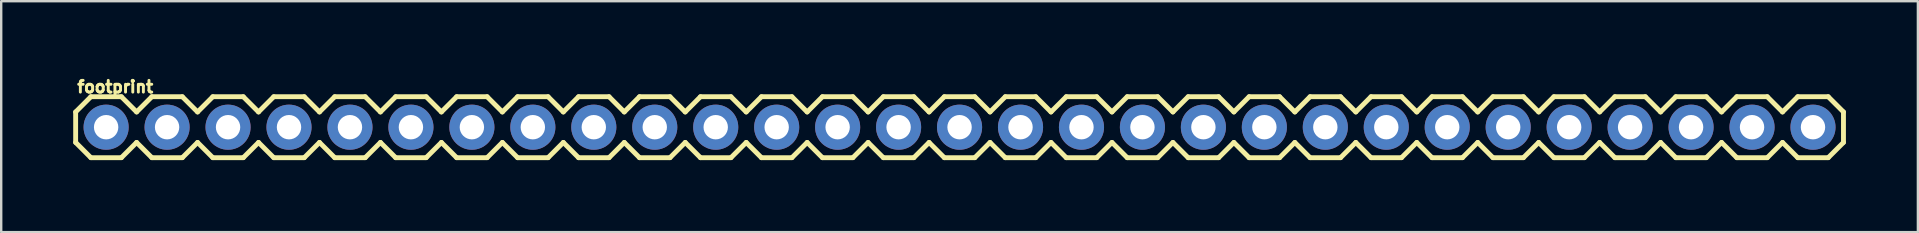
<source format=kicad_pcb>
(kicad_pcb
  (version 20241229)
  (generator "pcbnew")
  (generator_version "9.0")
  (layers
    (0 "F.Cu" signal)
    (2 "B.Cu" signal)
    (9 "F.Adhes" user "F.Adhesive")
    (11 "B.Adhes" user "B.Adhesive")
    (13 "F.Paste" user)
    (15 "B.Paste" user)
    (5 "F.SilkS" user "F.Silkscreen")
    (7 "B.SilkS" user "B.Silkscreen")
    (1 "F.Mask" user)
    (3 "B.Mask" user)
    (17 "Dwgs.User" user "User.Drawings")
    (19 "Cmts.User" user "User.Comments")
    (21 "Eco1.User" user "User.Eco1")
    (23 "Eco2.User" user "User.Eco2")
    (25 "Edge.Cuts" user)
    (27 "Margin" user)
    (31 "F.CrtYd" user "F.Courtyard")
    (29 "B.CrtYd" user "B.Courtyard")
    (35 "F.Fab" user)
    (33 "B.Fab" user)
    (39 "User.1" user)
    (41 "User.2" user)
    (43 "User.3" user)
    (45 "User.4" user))
  (footprint "footprint"
    (layer "F.Cu")
    (at 1.372 2.25)
    (property "Reference" "footprint" (at -1.27 -1.397 0) (layer "F.SilkS") (effects (font (size 0.488 0.488) (thickness 0.122)) (justify left bottom)))
    (fp_line (start -1.27 -0.635) (end -1.27 0.635) (stroke (width 0.203) (type solid)) (layer "F.SilkS"))
    (fp_line (start -1.27 0.635) (end -0.635 1.27) (stroke (width 0.203) (type solid)) (layer "F.SilkS"))
    (fp_line (start -0.635 -1.27) (end -1.27 -0.635) (stroke (width 0.203) (type solid)) (layer "F.SilkS"))
    (fp_line (start -0.635 -1.27) (end 0.635 -1.27) (stroke (width 0.203) (type solid)) (layer "F.SilkS"))
    (fp_line (start 0.635 -1.27) (end 1.27 -0.635) (stroke (width 0.203) (type solid)) (layer "F.SilkS"))
    (fp_line (start 0.635 1.27) (end -0.635 1.27) (stroke (width 0.203) (type solid)) (layer "F.SilkS"))
    (fp_line (start 1.27 -0.635) (end 1.905 -1.27) (stroke (width 0.203) (type solid)) (layer "F.SilkS"))
    (fp_line (start 1.27 0.635) (end 0.635 1.27) (stroke (width 0.203) (type solid)) (layer "F.SilkS"))
    (fp_line (start 1.905 -1.27) (end 3.175 -1.27) (stroke (width 0.203) (type solid)) (layer "F.SilkS"))
    (fp_line (start 1.905 1.27) (end 1.27 0.635) (stroke (width 0.203) (type solid)) (layer "F.SilkS"))
    (fp_line (start 3.175 -1.27) (end 3.81 -0.635) (stroke (width 0.203) (type solid)) (layer "F.SilkS"))
    (fp_line (start 3.175 1.27) (end 1.905 1.27) (stroke (width 0.203) (type solid)) (layer "F.SilkS"))
    (fp_line (start 3.81 -0.635) (end 4.445 -1.27) (stroke (width 0.203) (type solid)) (layer "F.SilkS"))
    (fp_line (start 3.81 0.635) (end 3.175 1.27) (stroke (width 0.203) (type solid)) (layer "F.SilkS"))
    (fp_line (start 4.445 -1.27) (end 5.715 -1.27) (stroke (width 0.203) (type solid)) (layer "F.SilkS"))
    (fp_line (start 4.445 1.27) (end 3.81 0.635) (stroke (width 0.203) (type solid)) (layer "F.SilkS"))
    (fp_line (start 5.715 -1.27) (end 6.35 -0.635) (stroke (width 0.203) (type solid)) (layer "F.SilkS"))
    (fp_line (start 5.715 1.27) (end 4.445 1.27) (stroke (width 0.203) (type solid)) (layer "F.SilkS"))
    (fp_line (start 6.35 0.635) (end 5.715 1.27) (stroke (width 0.203) (type solid)) (layer "F.SilkS"))
    (fp_line (start 6.35 0.635) (end 6.985 1.27) (stroke (width 0.203) (type solid)) (layer "F.SilkS"))
    (fp_line (start 6.985 -1.27) (end 6.35 -0.635) (stroke (width 0.203) (type solid)) (layer "F.SilkS"))
    (fp_line (start 6.985 -1.27) (end 8.255 -1.27) (stroke (width 0.203) (type solid)) (layer "F.SilkS"))
    (fp_line (start 8.255 -1.27) (end 8.89 -0.635) (stroke (width 0.203) (type solid)) (layer "F.SilkS"))
    (fp_line (start 8.255 1.27) (end 6.985 1.27) (stroke (width 0.203) (type solid)) (layer "F.SilkS"))
    (fp_line (start 8.89 -0.635) (end 9.525 -1.27) (stroke (width 0.203) (type solid)) (layer "F.SilkS"))
    (fp_line (start 8.89 0.635) (end 8.255 1.27) (stroke (width 0.203) (type solid)) (layer "F.SilkS"))
    (fp_line (start 9.525 -1.27) (end 10.795 -1.27) (stroke (width 0.203) (type solid)) (layer "F.SilkS"))
    (fp_line (start 9.525 1.27) (end 8.89 0.635) (stroke (width 0.203) (type solid)) (layer "F.SilkS"))
    (fp_line (start 10.795 -1.27) (end 11.43 -0.635) (stroke (width 0.203) (type solid)) (layer "F.SilkS"))
    (fp_line (start 10.795 1.27) (end 9.525 1.27) (stroke (width 0.203) (type solid)) (layer "F.SilkS"))
    (fp_line (start 11.43 -0.635) (end 12.065 -1.27) (stroke (width 0.203) (type solid)) (layer "F.SilkS"))
    (fp_line (start 11.43 0.635) (end 10.795 1.27) (stroke (width 0.203) (type solid)) (layer "F.SilkS"))
    (fp_line (start 12.065 -1.27) (end 13.335 -1.27) (stroke (width 0.203) (type solid)) (layer "F.SilkS"))
    (fp_line (start 12.065 1.27) (end 11.43 0.635) (stroke (width 0.203) (type solid)) (layer "F.SilkS"))
    (fp_line (start 13.335 -1.27) (end 13.97 -0.635) (stroke (width 0.203) (type solid)) (layer "F.SilkS"))
    (fp_line (start 13.335 1.27) (end 12.065 1.27) (stroke (width 0.203) (type solid)) (layer "F.SilkS"))
    (fp_line (start 13.97 0.635) (end 13.335 1.27) (stroke (width 0.203) (type solid)) (layer "F.SilkS"))
    (fp_line (start 13.97 0.635) (end 14.605 1.27) (stroke (width 0.203) (type solid)) (layer "F.SilkS"))
    (fp_line (start 14.605 -1.27) (end 13.97 -0.635) (stroke (width 0.203) (type solid)) (layer "F.SilkS"))
    (fp_line (start 14.605 -1.27) (end 15.875 -1.27) (stroke (width 0.203) (type solid)) (layer "F.SilkS"))
    (fp_line (start 15.875 -1.27) (end 16.51 -0.635) (stroke (width 0.203) (type solid)) (layer "F.SilkS"))
    (fp_line (start 15.875 1.27) (end 14.605 1.27) (stroke (width 0.203) (type solid)) (layer "F.SilkS"))
    (fp_line (start 16.51 0.635) (end 15.875 1.27) (stroke (width 0.203) (type solid)) (layer "F.SilkS"))
    (fp_line (start 16.51 0.635) (end 17.145 1.27) (stroke (width 0.203) (type solid)) (layer "F.SilkS"))
    (fp_line (start 17.145 -1.27) (end 16.51 -0.635) (stroke (width 0.203) (type solid)) (layer "F.SilkS"))
    (fp_line (start 17.145 -1.27) (end 18.415 -1.27) (stroke (width 0.203) (type solid)) (layer "F.SilkS"))
    (fp_line (start 18.415 -1.27) (end 19.05 -0.635) (stroke (width 0.203) (type solid)) (layer "F.SilkS"))
    (fp_line (start 18.415 1.27) (end 17.145 1.27) (stroke (width 0.203) (type solid)) (layer "F.SilkS"))
    (fp_line (start 19.05 -0.635) (end 19.685 -1.27) (stroke (width 0.203) (type solid)) (layer "F.SilkS"))
    (fp_line (start 19.05 0.635) (end 18.415 1.27) (stroke (width 0.203) (type solid)) (layer "F.SilkS"))
    (fp_line (start 19.685 -1.27) (end 20.955 -1.27) (stroke (width 0.203) (type solid)) (layer "F.SilkS"))
    (fp_line (start 19.685 1.27) (end 19.05 0.635) (stroke (width 0.203) (type solid)) (layer "F.SilkS"))
    (fp_line (start 20.955 -1.27) (end 21.59 -0.635) (stroke (width 0.203) (type solid)) (layer "F.SilkS"))
    (fp_line (start 20.955 1.27) (end 19.685 1.27) (stroke (width 0.203) (type solid)) (layer "F.SilkS"))
    (fp_line (start 21.59 -0.635) (end 22.225 -1.27) (stroke (width 0.203) (type solid)) (layer "F.SilkS"))
    (fp_line (start 21.59 0.635) (end 20.955 1.27) (stroke (width 0.203) (type solid)) (layer "F.SilkS"))
    (fp_line (start 22.225 -1.27) (end 23.495 -1.27) (stroke (width 0.203) (type solid)) (layer "F.SilkS"))
    (fp_line (start 22.225 1.27) (end 21.59 0.635) (stroke (width 0.203) (type solid)) (layer "F.SilkS"))
    (fp_line (start 23.495 -1.27) (end 24.13 -0.635) (stroke (width 0.203) (type solid)) (layer "F.SilkS"))
    (fp_line (start 23.495 1.27) (end 22.225 1.27) (stroke (width 0.203) (type solid)) (layer "F.SilkS"))
    (fp_line (start 24.13 0.635) (end 23.495 1.27) (stroke (width 0.203) (type solid)) (layer "F.SilkS"))
    (fp_line (start 24.13 0.635) (end 24.765 1.27) (stroke (width 0.203) (type solid)) (layer "F.SilkS"))
    (fp_line (start 24.765 -1.27) (end 24.13 -0.635) (stroke (width 0.203) (type solid)) (layer "F.SilkS"))
    (fp_line (start 24.765 -1.27) (end 26.035 -1.27) (stroke (width 0.203) (type solid)) (layer "F.SilkS"))
    (fp_line (start 26.035 -1.27) (end 26.67 -0.635) (stroke (width 0.203) (type solid)) (layer "F.SilkS"))
    (fp_line (start 26.035 1.27) (end 24.765 1.27) (stroke (width 0.203) (type solid)) (layer "F.SilkS"))
    (fp_line (start 26.67 -0.635) (end 27.305 -1.27) (stroke (width 0.203) (type solid)) (layer "F.SilkS"))
    (fp_line (start 26.67 0.635) (end 26.035 1.27) (stroke (width 0.203) (type solid)) (layer "F.SilkS"))
    (fp_line (start 27.305 -1.27) (end 28.575 -1.27) (stroke (width 0.203) (type solid)) (layer "F.SilkS"))
    (fp_line (start 27.305 1.27) (end 26.67 0.635) (stroke (width 0.203) (type solid)) (layer "F.SilkS"))
    (fp_line (start 28.575 -1.27) (end 29.21 -0.635) (stroke (width 0.203) (type solid)) (layer "F.SilkS"))
    (fp_line (start 28.575 1.27) (end 27.305 1.27) (stroke (width 0.203) (type solid)) (layer "F.SilkS"))
    (fp_line (start 29.21 -0.635) (end 29.845 -1.27) (stroke (width 0.203) (type solid)) (layer "F.SilkS"))
    (fp_line (start 29.21 0.635) (end 28.575 1.27) (stroke (width 0.203) (type solid)) (layer "F.SilkS"))
    (fp_line (start 29.845 -1.27) (end 31.115 -1.27) (stroke (width 0.203) (type solid)) (layer "F.SilkS"))
    (fp_line (start 29.845 1.27) (end 29.21 0.635) (stroke (width 0.203) (type solid)) (layer "F.SilkS"))
    (fp_line (start 31.115 -1.27) (end 31.75 -0.635) (stroke (width 0.203) (type solid)) (layer "F.SilkS"))
    (fp_line (start 31.115 1.27) (end 29.845 1.27) (stroke (width 0.203) (type solid)) (layer "F.SilkS"))
    (fp_line (start 31.75 0.635) (end 31.115 1.27) (stroke (width 0.203) (type solid)) (layer "F.SilkS"))
    (fp_line (start 31.75 0.635) (end 32.385 1.27) (stroke (width 0.203) (type solid)) (layer "F.SilkS"))
    (fp_line (start 32.385 -1.27) (end 31.75 -0.635) (stroke (width 0.203) (type solid)) (layer "F.SilkS"))
    (fp_line (start 32.385 -1.27) (end 33.655 -1.27) (stroke (width 0.203) (type solid)) (layer "F.SilkS"))
    (fp_line (start 33.655 -1.27) (end 34.29 -0.635) (stroke (width 0.203) (type solid)) (layer "F.SilkS"))
    (fp_line (start 33.655 1.27) (end 32.385 1.27) (stroke (width 0.203) (type solid)) (layer "F.SilkS"))
    (fp_line (start 34.29 0.635) (end 33.655 1.27) (stroke (width 0.203) (type solid)) (layer "F.SilkS"))
    (fp_line (start 34.29 0.635) (end 34.925 1.27) (stroke (width 0.203) (type solid)) (layer "F.SilkS"))
    (fp_line (start 34.925 -1.27) (end 34.29 -0.635) (stroke (width 0.203) (type solid)) (layer "F.SilkS"))
    (fp_line (start 34.925 -1.27) (end 36.195 -1.27) (stroke (width 0.203) (type solid)) (layer "F.SilkS"))
    (fp_line (start 36.195 -1.27) (end 36.83 -0.635) (stroke (width 0.203) (type solid)) (layer "F.SilkS"))
    (fp_line (start 36.195 1.27) (end 34.925 1.27) (stroke (width 0.203) (type solid)) (layer "F.SilkS"))
    (fp_line (start 36.83 0.635) (end 36.195 1.27) (stroke (width 0.203) (type solid)) (layer "F.SilkS"))
    (fp_line (start 36.83 0.635) (end 37.465 1.27) (stroke (width 0.203) (type solid)) (layer "F.SilkS"))
    (fp_line (start 37.465 -1.27) (end 36.83 -0.635) (stroke (width 0.203) (type solid)) (layer "F.SilkS"))
    (fp_line (start 37.465 -1.27) (end 38.735 -1.27) (stroke (width 0.203) (type solid)) (layer "F.SilkS"))
    (fp_line (start 38.735 -1.27) (end 39.37 -0.635) (stroke (width 0.203) (type solid)) (layer "F.SilkS"))
    (fp_line (start 38.735 1.27) (end 37.465 1.27) (stroke (width 0.203) (type solid)) (layer "F.SilkS"))
    (fp_line (start 39.37 0.635) (end 38.735 1.27) (stroke (width 0.203) (type solid)) (layer "F.SilkS"))
    (fp_line (start 39.37 0.635) (end 40.005 1.27) (stroke (width 0.203) (type solid)) (layer "F.SilkS"))
    (fp_line (start 40.005 -1.27) (end 39.37 -0.635) (stroke (width 0.203) (type solid)) (layer "F.SilkS"))
    (fp_line (start 40.005 -1.27) (end 41.275 -1.27) (stroke (width 0.203) (type solid)) (layer "F.SilkS"))
    (fp_line (start 41.275 -1.27) (end 41.91 -0.635) (stroke (width 0.203) (type solid)) (layer "F.SilkS"))
    (fp_line (start 41.275 1.27) (end 40.005 1.27) (stroke (width 0.203) (type solid)) (layer "F.SilkS"))
    (fp_line (start 41.91 0.635) (end 41.275 1.27) (stroke (width 0.203) (type solid)) (layer "F.SilkS"))
    (fp_line (start 41.91 0.635) (end 42.545 1.27) (stroke (width 0.203) (type solid)) (layer "F.SilkS"))
    (fp_line (start 42.545 -1.27) (end 41.91 -0.635) (stroke (width 0.203) (type solid)) (layer "F.SilkS"))
    (fp_line (start 42.545 -1.27) (end 43.815 -1.27) (stroke (width 0.203) (type solid)) (layer "F.SilkS"))
    (fp_line (start 43.815 -1.27) (end 44.45 -0.635) (stroke (width 0.203) (type solid)) (layer "F.SilkS"))
    (fp_line (start 43.815 1.27) (end 42.545 1.27) (stroke (width 0.203) (type solid)) (layer "F.SilkS"))
    (fp_line (start 44.45 0.635) (end 43.815 1.27) (stroke (width 0.203) (type solid)) (layer "F.SilkS"))
    (fp_line (start 44.45 0.635) (end 45.085 1.27) (stroke (width 0.203) (type solid)) (layer "F.SilkS"))
    (fp_line (start 45.085 -1.27) (end 44.45 -0.635) (stroke (width 0.203) (type solid)) (layer "F.SilkS"))
    (fp_line (start 45.085 -1.27) (end 46.355 -1.27) (stroke (width 0.203) (type solid)) (layer "F.SilkS"))
    (fp_line (start 46.355 -1.27) (end 46.99 -0.635) (stroke (width 0.203) (type solid)) (layer "F.SilkS"))
    (fp_line (start 46.355 1.27) (end 45.085 1.27) (stroke (width 0.203) (type solid)) (layer "F.SilkS"))
    (fp_line (start 46.99 0.635) (end 46.355 1.27) (stroke (width 0.203) (type solid)) (layer "F.SilkS"))
    (fp_line (start 46.99 0.635) (end 47.625 1.27) (stroke (width 0.203) (type solid)) (layer "F.SilkS"))
    (fp_line (start 47.625 -1.27) (end 46.99 -0.635) (stroke (width 0.203) (type solid)) (layer "F.SilkS"))
    (fp_line (start 47.625 -1.27) (end 48.895 -1.27) (stroke (width 0.203) (type solid)) (layer "F.SilkS"))
    (fp_line (start 48.895 -1.27) (end 49.53 -0.635) (stroke (width 0.203) (type solid)) (layer "F.SilkS"))
    (fp_line (start 48.895 1.27) (end 47.625 1.27) (stroke (width 0.203) (type solid)) (layer "F.SilkS"))
    (fp_line (start 49.53 0.635) (end 48.895 1.27) (stroke (width 0.203) (type solid)) (layer "F.SilkS"))
    (fp_line (start 49.53 0.635) (end 50.165 1.27) (stroke (width 0.203) (type solid)) (layer "F.SilkS"))
    (fp_line (start 50.165 -1.27) (end 49.53 -0.635) (stroke (width 0.203) (type solid)) (layer "F.SilkS"))
    (fp_line (start 50.165 -1.27) (end 51.435 -1.27) (stroke (width 0.203) (type solid)) (layer "F.SilkS"))
    (fp_line (start 51.435 -1.27) (end 52.07 -0.635) (stroke (width 0.203) (type solid)) (layer "F.SilkS"))
    (fp_line (start 51.435 1.27) (end 50.165 1.27) (stroke (width 0.203) (type solid)) (layer "F.SilkS"))
    (fp_line (start 52.07 0.635) (end 51.435 1.27) (stroke (width 0.203) (type solid)) (layer "F.SilkS"))
    (fp_line (start 52.07 0.635) (end 52.705 1.27) (stroke (width 0.203) (type solid)) (layer "F.SilkS"))
    (fp_line (start 52.705 -1.27) (end 52.07 -0.635) (stroke (width 0.203) (type solid)) (layer "F.SilkS"))
    (fp_line (start 52.705 -1.27) (end 53.975 -1.27) (stroke (width 0.203) (type solid)) (layer "F.SilkS"))
    (fp_line (start 53.975 -1.27) (end 54.61 -0.635) (stroke (width 0.203) (type solid)) (layer "F.SilkS"))
    (fp_line (start 53.975 1.27) (end 52.705 1.27) (stroke (width 0.203) (type solid)) (layer "F.SilkS"))
    (fp_line (start 54.61 0.635) (end 53.975 1.27) (stroke (width 0.203) (type solid)) (layer "F.SilkS"))
    (fp_line (start 54.61 0.635) (end 55.245 1.27) (stroke (width 0.203) (type solid)) (layer "F.SilkS"))
    (fp_line (start 55.245 -1.27) (end 54.61 -0.635) (stroke (width 0.203) (type solid)) (layer "F.SilkS"))
    (fp_line (start 55.245 -1.27) (end 56.515 -1.27) (stroke (width 0.203) (type solid)) (layer "F.SilkS"))
    (fp_line (start 56.515 -1.27) (end 57.15 -0.635) (stroke (width 0.203) (type solid)) (layer "F.SilkS"))
    (fp_line (start 56.515 1.27) (end 55.245 1.27) (stroke (width 0.203) (type solid)) (layer "F.SilkS"))
    (fp_line (start 57.15 -0.635) (end 57.785 -1.27) (stroke (width 0.203) (type solid)) (layer "F.SilkS"))
    (fp_line (start 57.15 0.635) (end 56.515 1.27) (stroke (width 0.203) (type solid)) (layer "F.SilkS"))
    (fp_line (start 57.15 0.635) (end 57.785 1.27) (stroke (width 0.203) (type solid)) (layer "F.SilkS"))
    (fp_line (start 57.785 -1.27) (end 59.055 -1.27) (stroke (width 0.203) (type solid)) (layer "F.SilkS"))
    (fp_line (start 59.055 -1.27) (end 59.69 -0.635) (stroke (width 0.203) (type solid)) (layer "F.SilkS"))
    (fp_line (start 59.055 1.27) (end 57.785 1.27) (stroke (width 0.203) (type solid)) (layer "F.SilkS"))
    (fp_line (start 59.69 0.635) (end 59.055 1.27) (stroke (width 0.203) (type solid)) (layer "F.SilkS"))
    (fp_line (start 59.69 0.635) (end 60.325 1.27) (stroke (width 0.203) (type solid)) (layer "F.SilkS"))
    (fp_line (start 60.325 -1.27) (end 59.69 -0.635) (stroke (width 0.203) (type solid)) (layer "F.SilkS"))
    (fp_line (start 60.325 -1.27) (end 61.595 -1.27) (stroke (width 0.203) (type solid)) (layer "F.SilkS"))
    (fp_line (start 61.595 -1.27) (end 62.23 -0.635) (stroke (width 0.203) (type solid)) (layer "F.SilkS"))
    (fp_line (start 61.595 1.27) (end 60.325 1.27) (stroke (width 0.203) (type solid)) (layer "F.SilkS"))
    (fp_line (start 62.23 -0.635) (end 62.865 -1.27) (stroke (width 0.203) (type solid)) (layer "F.SilkS"))
    (fp_line (start 62.23 0.635) (end 61.595 1.27) (stroke (width 0.203) (type solid)) (layer "F.SilkS"))
    (fp_line (start 62.23 0.635) (end 62.865 1.27) (stroke (width 0.203) (type solid)) (layer "F.SilkS"))
    (fp_line (start 62.865 -1.27) (end 64.135 -1.27) (stroke (width 0.203) (type solid)) (layer "F.SilkS"))
    (fp_line (start 64.135 -1.27) (end 64.77 -0.635) (stroke (width 0.203) (type solid)) (layer "F.SilkS"))
    (fp_line (start 64.135 1.27) (end 62.865 1.27) (stroke (width 0.203) (type solid)) (layer "F.SilkS"))
    (fp_line (start 64.77 0.635) (end 64.135 1.27) (stroke (width 0.203) (type solid)) (layer "F.SilkS"))
    (fp_line (start 64.77 0.635) (end 65.405 1.27) (stroke (width 0.203) (type solid)) (layer "F.SilkS"))
    (fp_line (start 65.405 -1.27) (end 64.77 -0.635) (stroke (width 0.203) (type solid)) (layer "F.SilkS"))
    (fp_line (start 65.405 -1.27) (end 66.675 -1.27) (stroke (width 0.203) (type solid)) (layer "F.SilkS"))
    (fp_line (start 66.675 -1.27) (end 67.31 -0.635) (stroke (width 0.203) (type solid)) (layer "F.SilkS"))
    (fp_line (start 66.675 1.27) (end 65.405 1.27) (stroke (width 0.203) (type solid)) (layer "F.SilkS"))
    (fp_line (start 67.31 -0.635) (end 67.945 -1.27) (stroke (width 0.203) (type solid)) (layer "F.SilkS"))
    (fp_line (start 67.31 0.635) (end 66.675 1.27) (stroke (width 0.203) (type solid)) (layer "F.SilkS"))
    (fp_line (start 67.31 0.635) (end 67.945 1.27) (stroke (width 0.203) (type solid)) (layer "F.SilkS"))
    (fp_line (start 67.945 -1.27) (end 69.215 -1.27) (stroke (width 0.203) (type solid)) (layer "F.SilkS"))
    (fp_line (start 69.215 -1.27) (end 69.85 -0.635) (stroke (width 0.203) (type solid)) (layer "F.SilkS"))
    (fp_line (start 69.215 1.27) (end 67.945 1.27) (stroke (width 0.203) (type solid)) (layer "F.SilkS"))
    (fp_line (start 69.85 0.635) (end 69.215 1.27) (stroke (width 0.203) (type solid)) (layer "F.SilkS"))
    (fp_line (start 69.85 0.635) (end 70.485 1.27) (stroke (width 0.203) (type solid)) (layer "F.SilkS"))
    (fp_line (start 70.485 -1.27) (end 69.85 -0.635) (stroke (width 0.203) (type solid)) (layer "F.SilkS"))
    (fp_line (start 70.485 -1.27) (end 71.755 -1.27) (stroke (width 0.203) (type solid)) (layer "F.SilkS"))
    (fp_line (start 71.755 -1.27) (end 72.39 -0.635) (stroke (width 0.203) (type solid)) (layer "F.SilkS"))
    (fp_line (start 71.755 1.27) (end 70.485 1.27) (stroke (width 0.203) (type solid)) (layer "F.SilkS"))
    (fp_line (start 72.39 -0.635) (end 72.39 0.635) (stroke (width 0.203) (type solid)) (layer "F.SilkS"))
    (fp_line (start 72.39 0.635) (end 71.755 1.27) (stroke (width 0.203) (type solid)) (layer "F.SilkS"))
    (fp_poly (pts (xy -0.254 0.254) (xy 0.254 0.254) (xy 0.254 -0.254) (xy -0.254 -0.254)) (stroke (width 0.1) (type solid)) (fill no) (layer "F.Fab"))
    (fp_poly (pts (xy 2.286 0.254) (xy 2.794 0.254) (xy 2.794 -0.254) (xy 2.286 -0.254)) (stroke (width 0.1) (type solid)) (fill no) (layer "F.Fab"))
    (fp_poly (pts (xy 4.826 0.254) (xy 5.334 0.254) (xy 5.334 -0.254) (xy 4.826 -0.254)) (stroke (width 0.1) (type solid)) (fill no) (layer "F.Fab"))
    (fp_poly (pts (xy 7.366 0.254) (xy 7.874 0.254) (xy 7.874 -0.254) (xy 7.366 -0.254)) (stroke (width 0.1) (type solid)) (fill no) (layer "F.Fab"))
    (fp_poly (pts (xy 9.906 0.254) (xy 10.414 0.254) (xy 10.414 -0.254) (xy 9.906 -0.254)) (stroke (width 0.1) (type solid)) (fill no) (layer "F.Fab"))
    (fp_poly (pts (xy 12.446 0.254) (xy 12.954 0.254) (xy 12.954 -0.254) (xy 12.446 -0.254)) (stroke (width 0.1) (type solid)) (fill no) (layer "F.Fab"))
    (fp_poly (pts (xy 14.986 0.254) (xy 15.494 0.254) (xy 15.494 -0.254) (xy 14.986 -0.254)) (stroke (width 0.1) (type solid)) (fill no) (layer "F.Fab"))
    (fp_poly (pts (xy 17.526 0.254) (xy 18.034 0.254) (xy 18.034 -0.254) (xy 17.526 -0.254)) (stroke (width 0.1) (type solid)) (fill no) (layer "F.Fab"))
    (fp_poly (pts (xy 20.066 0.254) (xy 20.574 0.254) (xy 20.574 -0.254) (xy 20.066 -0.254)) (stroke (width 0.1) (type solid)) (fill no) (layer "F.Fab"))
    (fp_poly (pts (xy 22.606 0.254) (xy 23.114 0.254) (xy 23.114 -0.254) (xy 22.606 -0.254)) (stroke (width 0.1) (type solid)) (fill no) (layer "F.Fab"))
    (fp_poly (pts (xy 25.146 0.254) (xy 25.654 0.254) (xy 25.654 -0.254) (xy 25.146 -0.254)) (stroke (width 0.1) (type solid)) (fill no) (layer "F.Fab"))
    (fp_poly (pts (xy 27.686 0.254) (xy 28.194 0.254) (xy 28.194 -0.254) (xy 27.686 -0.254)) (stroke (width 0.1) (type solid)) (fill no) (layer "F.Fab"))
    (fp_poly (pts (xy 30.226 0.254) (xy 30.734 0.254) (xy 30.734 -0.254) (xy 30.226 -0.254)) (stroke (width 0.1) (type solid)) (fill no) (layer "F.Fab"))
    (fp_poly (pts (xy 32.766 0.254) (xy 33.274 0.254) (xy 33.274 -0.254) (xy 32.766 -0.254)) (stroke (width 0.1) (type solid)) (fill no) (layer "F.Fab"))
    (fp_poly (pts (xy 35.306 0.254) (xy 35.814 0.254) (xy 35.814 -0.254) (xy 35.306 -0.254)) (stroke (width 0.1) (type solid)) (fill no) (layer "F.Fab"))
    (fp_poly (pts (xy 37.846 0.254) (xy 38.354 0.254) (xy 38.354 -0.254) (xy 37.846 -0.254)) (stroke (width 0.1) (type solid)) (fill no) (layer "F.Fab"))
    (fp_poly (pts (xy 40.386 0.254) (xy 40.894 0.254) (xy 40.894 -0.254) (xy 40.386 -0.254)) (stroke (width 0.1) (type solid)) (fill no) (layer "F.Fab"))
    (fp_poly (pts (xy 42.926 0.254) (xy 43.434 0.254) (xy 43.434 -0.254) (xy 42.926 -0.254)) (stroke (width 0.1) (type solid)) (fill no) (layer "F.Fab"))
    (fp_poly (pts (xy 45.466 0.254) (xy 45.974 0.254) (xy 45.974 -0.254) (xy 45.466 -0.254)) (stroke (width 0.1) (type solid)) (fill no) (layer "F.Fab"))
    (fp_poly (pts (xy 48.006 0.254) (xy 48.514 0.254) (xy 48.514 -0.254) (xy 48.006 -0.254)) (stroke (width 0.1) (type solid)) (fill no) (layer "F.Fab"))
    (fp_poly (pts (xy 50.546 0.254) (xy 51.054 0.254) (xy 51.054 -0.254) (xy 50.546 -0.254)) (stroke (width 0.1) (type solid)) (fill no) (layer "F.Fab"))
    (fp_poly (pts (xy 53.086 0.254) (xy 53.594 0.254) (xy 53.594 -0.254) (xy 53.086 -0.254)) (stroke (width 0.1) (type solid)) (fill no) (layer "F.Fab"))
    (fp_poly (pts (xy 55.626 0.254) (xy 56.134 0.254) (xy 56.134 -0.254) (xy 55.626 -0.254)) (stroke (width 0.1) (type solid)) (fill no) (layer "F.Fab"))
    (fp_poly (pts (xy 58.166 0.254) (xy 58.674 0.254) (xy 58.674 -0.254) (xy 58.166 -0.254)) (stroke (width 0.1) (type solid)) (fill no) (layer "F.Fab"))
    (fp_poly (pts (xy 60.706 0.254) (xy 61.214 0.254) (xy 61.214 -0.254) (xy 60.706 -0.254)) (stroke (width 0.1) (type solid)) (fill no) (layer "F.Fab"))
    (fp_poly (pts (xy 63.246 0.254) (xy 63.754 0.254) (xy 63.754 -0.254) (xy 63.246 -0.254)) (stroke (width 0.1) (type solid)) (fill no) (layer "F.Fab"))
    (fp_poly (pts (xy 65.786 0.254) (xy 66.294 0.254) (xy 66.294 -0.254) (xy 65.786 -0.254)) (stroke (width 0.1) (type solid)) (fill no) (layer "F.Fab"))
    (fp_poly (pts (xy 68.326 0.254) (xy 68.834 0.254) (xy 68.834 -0.254) (xy 68.326 -0.254)) (stroke (width 0.1) (type solid)) (fill no) (layer "F.Fab"))
    (fp_poly (pts (xy 70.866 0.254) (xy 71.374 0.254) (xy 71.374 -0.254) (xy 70.866 -0.254)) (stroke (width 0.1) (type solid)) (fill no) (layer "F.Fab"))
    (pad "1" thru_hole circle (at 0 0 90) (size 1.88 1.88) (drill 1.016) (layers "*.Cu" "*.Mask"))
    (pad "2" thru_hole circle (at 2.54 0 90) (size 1.88 1.88) (drill 1.016) (layers "*.Cu" "*.Mask"))
    (pad "3" thru_hole circle (at 5.08 0 90) (size 1.88 1.88) (drill 1.016) (layers "*.Cu" "*.Mask"))
    (pad "4" thru_hole circle (at 7.62 0 90) (size 1.88 1.88) (drill 1.016) (layers "*.Cu" "*.Mask"))
    (pad "5" thru_hole circle (at 10.16 0 90) (size 1.88 1.88) (drill 1.016) (layers "*.Cu" "*.Mask"))
    (pad "6" thru_hole circle (at 12.7 0 90) (size 1.88 1.88) (drill 1.016) (layers "*.Cu" "*.Mask"))
    (pad "7" thru_hole circle (at 15.24 0 90) (size 1.88 1.88) (drill 1.016) (layers "*.Cu" "*.Mask"))
    (pad "8" thru_hole circle (at 17.78 0 90) (size 1.88 1.88) (drill 1.016) (layers "*.Cu" "*.Mask"))
    (pad "9" thru_hole circle (at 20.32 0 90) (size 1.88 1.88) (drill 1.016) (layers "*.Cu" "*.Mask"))
    (pad "10" thru_hole circle (at 22.86 0 90) (size 1.88 1.88) (drill 1.016) (layers "*.Cu" "*.Mask"))
    (pad "11" thru_hole circle (at 25.4 0 90) (size 1.88 1.88) (drill 1.016) (layers "*.Cu" "*.Mask"))
    (pad "12" thru_hole circle (at 27.94 0 90) (size 1.88 1.88) (drill 1.016) (layers "*.Cu" "*.Mask"))
    (pad "13" thru_hole circle (at 30.48 0 90) (size 1.88 1.88) (drill 1.016) (layers "*.Cu" "*.Mask"))
    (pad "14" thru_hole circle (at 33.02 0 90) (size 1.88 1.88) (drill 1.016) (layers "*.Cu" "*.Mask"))
    (pad "15" thru_hole circle (at 35.56 0 90) (size 1.88 1.88) (drill 1.016) (layers "*.Cu" "*.Mask"))
    (pad "16" thru_hole circle (at 38.1 0 90) (size 1.88 1.88) (drill 1.016) (layers "*.Cu" "*.Mask"))
    (pad "17" thru_hole circle (at 40.64 0 90) (size 1.88 1.88) (drill 1.016) (layers "*.Cu" "*.Mask"))
    (pad "18" thru_hole circle (at 43.18 0 90) (size 1.88 1.88) (drill 1.016) (layers "*.Cu" "*.Mask"))
    (pad "19" thru_hole circle (at 45.72 0 90) (size 1.88 1.88) (drill 1.016) (layers "*.Cu" "*.Mask"))
    (pad "20" thru_hole circle (at 48.26 0 90) (size 1.88 1.88) (drill 1.016) (layers "*.Cu" "*.Mask"))
    (pad "21" thru_hole circle (at 50.8 0 90) (size 1.88 1.88) (drill 1.016) (layers "*.Cu" "*.Mask"))
    (pad "22" thru_hole circle (at 53.34 0 90) (size 1.88 1.88) (drill 1.016) (layers "*.Cu" "*.Mask"))
    (pad "23" thru_hole circle (at 55.88 0 90) (size 1.88 1.88) (drill 1.016) (layers "*.Cu" "*.Mask"))
    (pad "24" thru_hole circle (at 58.42 0 90) (size 1.88 1.88) (drill 1.016) (layers "*.Cu" "*.Mask"))
    (pad "25" thru_hole circle (at 60.96 0 90) (size 1.88 1.88) (drill 1.016) (layers "*.Cu" "*.Mask"))
    (pad "26" thru_hole circle (at 63.5 0 90) (size 1.88 1.88) (drill 1.016) (layers "*.Cu" "*.Mask"))
    (pad "27" thru_hole circle (at 66.04 0 90) (size 1.88 1.88) (drill 1.016) (layers "*.Cu" "*.Mask"))
    (pad "28" thru_hole circle (at 68.58 0 90) (size 1.88 1.88) (drill 1.016) (layers "*.Cu" "*.Mask"))
    (pad "29" thru_hole circle (at 71.12 0 90) (size 1.88 1.88) (drill 1.016) (layers "*.Cu" "*.Mask")))
  (gr_rect
    (start -3 -3)
    (end 76.863 6.622)
    (stroke (width 0.1) (type default))
    (fill no)
    (layer "Edge.Cuts")))
</source>
